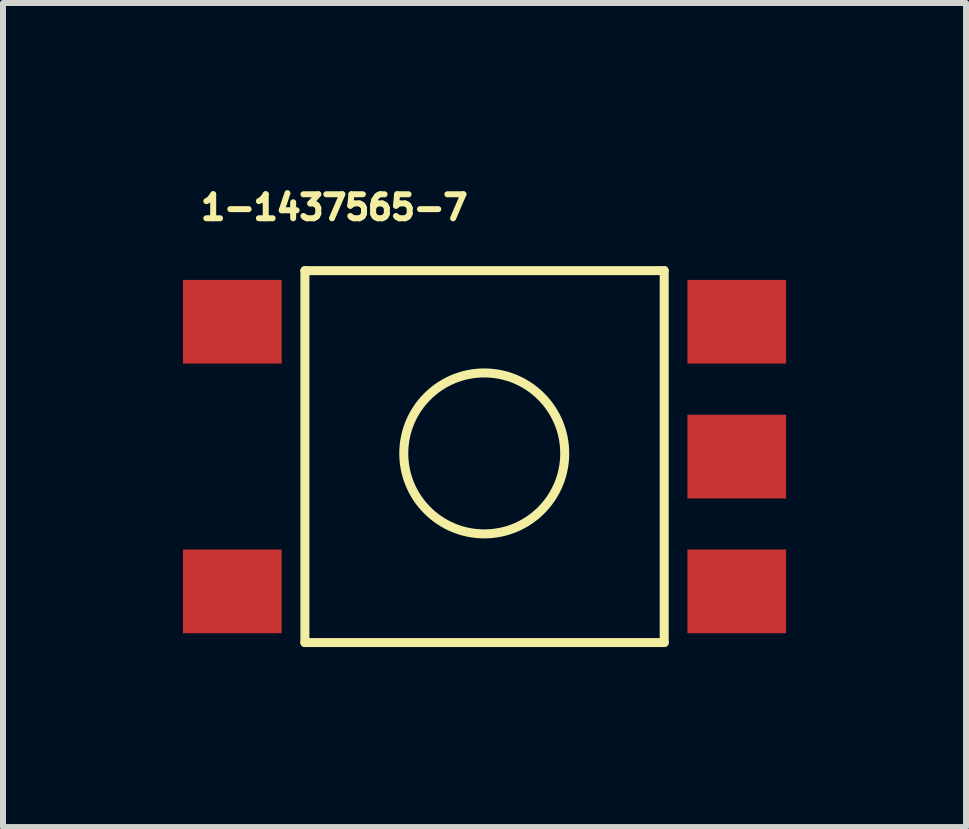
<source format=kicad_pcb>
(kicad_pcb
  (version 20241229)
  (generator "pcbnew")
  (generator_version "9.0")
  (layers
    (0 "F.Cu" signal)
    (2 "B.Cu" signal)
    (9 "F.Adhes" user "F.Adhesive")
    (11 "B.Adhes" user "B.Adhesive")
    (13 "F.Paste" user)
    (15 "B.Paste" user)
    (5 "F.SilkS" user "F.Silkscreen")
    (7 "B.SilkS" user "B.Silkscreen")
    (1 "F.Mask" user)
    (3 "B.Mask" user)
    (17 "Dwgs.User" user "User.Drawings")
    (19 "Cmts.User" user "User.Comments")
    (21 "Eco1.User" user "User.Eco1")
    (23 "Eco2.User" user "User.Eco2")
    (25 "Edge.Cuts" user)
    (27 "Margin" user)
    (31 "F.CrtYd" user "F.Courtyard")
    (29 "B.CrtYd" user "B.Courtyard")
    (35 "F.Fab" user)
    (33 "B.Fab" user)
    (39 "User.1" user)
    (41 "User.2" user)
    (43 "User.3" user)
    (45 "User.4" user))
  (footprint "1-1437565-7"
    (layer "F.Cu")
    (at 0.823 6.809)
    (property "Reference" "1-1437565-7" (at 1.7 -6.4 0) (layer "F.SilkS") (effects (font (size 0.4 0.4) (thickness 0.1))))
    (attr through_hole)
    (fp_line (start 1.21 -5.347) (end 1.21 0.853) (stroke (width 0.15) (type solid)) (layer "F.SilkS"))
    (fp_line (start 1.21 0.853) (end 7.2 0.853) (stroke (width 0.15) (type solid)) (layer "F.SilkS"))
    (fp_line (start 7.2 -5.347) (end 1.21 -5.347) (stroke (width 0.15) (type solid)) (layer "F.SilkS"))
    (fp_line (start 7.2 0.853) (end 7.2 -5.347) (stroke (width 0.15) (type solid)) (layer "F.SilkS"))
    (fp_circle (center 4.2 -2.3) (end 3.6 -3.5) (stroke (width 0.15) (type solid)) (fill no) (layer "F.SilkS"))
    (pad "1" smd rect (at 0 0) (size 1.645 1.395) (layers "F.Cu" "F.Mask" "F.Paste"))
    (pad "2" smd rect (at 8.41 0) (size 1.645 1.395) (layers "F.Cu" "F.Mask" "F.Paste"))
    (pad "3" smd rect (at 0 -4.495) (size 1.645 1.395) (layers "F.Cu" "F.Mask" "F.Paste"))
    (pad "4" smd rect (at 8.41 -4.495) (size 1.645 1.395) (layers "F.Cu" "F.Mask" "F.Paste"))
    (pad "5" smd rect (at 8.41 -2.247) (size 1.645 1.395) (layers "F.Cu" "F.Mask" "F.Paste")))
  (gr_rect
    (start -3 -3)
    (end 13.055 10.738)
    (stroke (width 0.1) (type default))
    (fill no)
    (layer "Edge.Cuts")))
</source>
